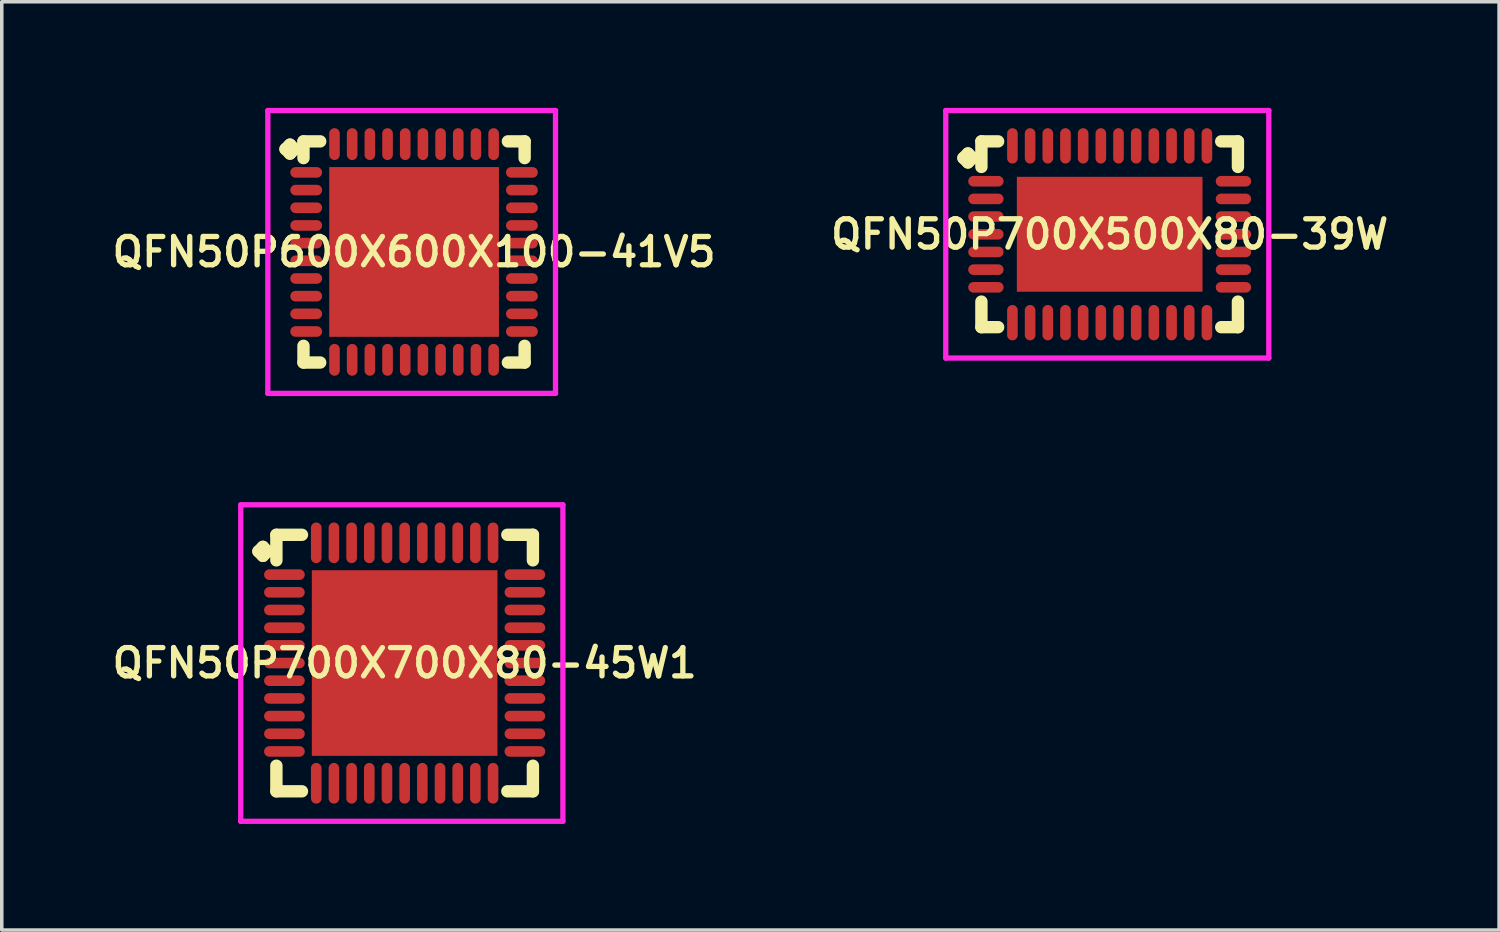
<source format=kicad_pcb>
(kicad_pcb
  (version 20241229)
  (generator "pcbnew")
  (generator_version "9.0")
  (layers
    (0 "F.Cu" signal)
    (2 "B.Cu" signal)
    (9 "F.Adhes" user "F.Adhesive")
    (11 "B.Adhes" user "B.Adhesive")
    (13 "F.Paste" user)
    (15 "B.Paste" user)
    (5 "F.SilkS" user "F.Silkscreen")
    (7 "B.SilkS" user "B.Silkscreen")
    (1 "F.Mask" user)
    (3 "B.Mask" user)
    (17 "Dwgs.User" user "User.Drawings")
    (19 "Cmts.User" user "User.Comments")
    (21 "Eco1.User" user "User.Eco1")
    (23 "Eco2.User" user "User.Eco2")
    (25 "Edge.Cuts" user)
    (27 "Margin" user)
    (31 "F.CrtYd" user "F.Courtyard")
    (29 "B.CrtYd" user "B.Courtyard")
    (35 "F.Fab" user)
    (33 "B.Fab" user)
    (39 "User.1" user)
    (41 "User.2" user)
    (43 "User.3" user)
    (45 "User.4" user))
  (footprint "QFN50P700X500X80-39W"
    (layer "F.Cu")
    (at 28.33 3.575)
    (property "Reference" "QFN50P700X500X80-39W" (at 0 0 0) (layer "F.SilkS") (effects (font (size 0.8 0.8) (thickness 0.15))))
    (attr smd)
    (fp_line (start -4.135 -2.158) (end -4.008 -2.285) (stroke (width 0.35) (type solid)) (layer "F.SilkS"))
    (fp_line (start -4.008 -2.285) (end -3.881 -2.158) (stroke (width 0.35) (type solid)) (layer "F.SilkS"))
    (fp_line (start -4.008 -2.031) (end -4.135 -2.158) (stroke (width 0.35) (type solid)) (layer "F.SilkS"))
    (fp_line (start -3.881 -2.158) (end -4.008 -2.031) (stroke (width 0.35) (type solid)) (layer "F.SilkS"))
    (fp_line (start -3.627 -2.627) (end -3.154 -2.627) (stroke (width 0.35) (type solid)) (layer "F.SilkS"))
    (fp_line (start -3.627 -1.904) (end -3.627 -2.627) (stroke (width 0.35) (type solid)) (layer "F.SilkS"))
    (fp_line (start -3.627 1.904) (end -3.627 2.627) (stroke (width 0.35) (type solid)) (layer "F.SilkS"))
    (fp_line (start -3.627 2.627) (end -3.154 2.627) (stroke (width 0.35) (type solid)) (layer "F.SilkS"))
    (fp_line (start 3.154 -2.627) (end 3.627 -2.627) (stroke (width 0.35) (type solid)) (layer "F.SilkS"))
    (fp_line (start 3.154 2.627) (end 3.627 2.627) (stroke (width 0.35) (type solid)) (layer "F.SilkS"))
    (fp_line (start 3.627 -2.627) (end 3.627 -1.904) (stroke (width 0.35) (type solid)) (layer "F.SilkS"))
    (fp_line (start 3.627 2.627) (end 3.627 1.904) (stroke (width 0.35) (type solid)) (layer "F.SilkS"))
    (fp_line (start -4.635 -3.5) (end 4.5 -3.5) (stroke (width 0.15) (type solid)) (layer "F.CrtYd"))
    (fp_line (start -4.635 3.5) (end -4.635 -3.5) (stroke (width 0.15) (type solid)) (layer "F.CrtYd"))
    (fp_line (start 4.5 -3.5) (end 4.5 3.5) (stroke (width 0.15) (type solid)) (layer "F.CrtYd"))
    (fp_line (start 4.5 3.5) (end -4.635 3.5) (stroke (width 0.15) (type solid)) (layer "F.CrtYd"))
    (pad "1" smd oval (at -3.5 -1.5) (size 1 0.3) (layers "F.Cu" "F.Mask" "F.Paste"))
    (pad "2" smd oval (at -3.5 -1) (size 1 0.3) (layers "F.Cu" "F.Mask" "F.Paste"))
    (pad "3" smd oval (at -3.5 -0.5) (size 1 0.3) (layers "F.Cu" "F.Mask" "F.Paste"))
    (pad "4" smd oval (at -3.5 0) (size 1 0.3) (layers "F.Cu" "F.Mask" "F.Paste"))
    (pad "5" smd oval (at -3.5 0.5) (size 1 0.3) (layers "F.Cu" "F.Mask" "F.Paste"))
    (pad "6" smd oval (at -3.5 1) (size 1 0.3) (layers "F.Cu" "F.Mask" "F.Paste"))
    (pad "7" smd oval (at -3.5 1.5) (size 1 0.3) (layers "F.Cu" "F.Mask" "F.Paste"))
    (pad "8" smd oval (at -2.75 2.5) (size 0.3 1) (layers "F.Cu" "F.Mask" "F.Paste"))
    (pad "9" smd oval (at -2.25 2.5) (size 0.3 1) (layers "F.Cu" "F.Mask" "F.Paste"))
    (pad "10" smd oval (at -1.75 2.5) (size 0.3 1) (layers "F.Cu" "F.Mask" "F.Paste"))
    (pad "11" smd oval (at -1.25 2.5) (size 0.3 1) (layers "F.Cu" "F.Mask" "F.Paste"))
    (pad "12" smd oval (at -0.75 2.5) (size 0.3 1) (layers "F.Cu" "F.Mask" "F.Paste"))
    (pad "13" smd oval (at -0.25 2.5) (size 0.3 1) (layers "F.Cu" "F.Mask" "F.Paste"))
    (pad "14" smd oval (at 0.25 2.5) (size 0.3 1) (layers "F.Cu" "F.Mask" "F.Paste"))
    (pad "15" smd oval (at 0.75 2.5) (size 0.3 1) (layers "F.Cu" "F.Mask" "F.Paste"))
    (pad "16" smd oval (at 1.25 2.5) (size 0.3 1) (layers "F.Cu" "F.Mask" "F.Paste"))
    (pad "17" smd oval (at 1.75 2.5) (size 0.3 1) (layers "F.Cu" "F.Mask" "F.Paste"))
    (pad "18" smd oval (at 2.25 2.5) (size 0.3 1) (layers "F.Cu" "F.Mask" "F.Paste"))
    (pad "19" smd oval (at 2.75 2.5) (size 0.3 1) (layers "F.Cu" "F.Mask" "F.Paste"))
    (pad "20" smd oval (at 3.5 1.5) (size 1 0.3) (layers "F.Cu" "F.Mask" "F.Paste"))
    (pad "21" smd oval (at 3.5 1) (size 1 0.3) (layers "F.Cu" "F.Mask" "F.Paste"))
    (pad "22" smd oval (at 3.5 0.5) (size 1 0.3) (layers "F.Cu" "F.Mask" "F.Paste"))
    (pad "23" smd oval (at 3.5 0) (size 1 0.3) (layers "F.Cu" "F.Mask" "F.Paste"))
    (pad "24" smd oval (at 3.5 -0.5) (size 1 0.3) (layers "F.Cu" "F.Mask" "F.Paste"))
    (pad "25" smd oval (at 3.5 -1) (size 1 0.3) (layers "F.Cu" "F.Mask" "F.Paste"))
    (pad "26" smd oval (at 3.5 -1.5) (size 1 0.3) (layers "F.Cu" "F.Mask" "F.Paste"))
    (pad "27" smd oval (at 2.75 -2.5) (size 0.3 1) (layers "F.Cu" "F.Mask" "F.Paste"))
    (pad "28" smd oval (at 2.25 -2.5) (size 0.3 1) (layers "F.Cu" "F.Mask" "F.Paste"))
    (pad "29" smd oval (at 1.75 -2.5) (size 0.3 1) (layers "F.Cu" "F.Mask" "F.Paste"))
    (pad "30" smd oval (at 1.25 -2.5) (size 0.3 1) (layers "F.Cu" "F.Mask" "F.Paste"))
    (pad "31" smd oval (at 0.75 -2.5) (size 0.3 1) (layers "F.Cu" "F.Mask" "F.Paste"))
    (pad "32" smd oval (at 0.25 -2.5) (size 0.3 1) (layers "F.Cu" "F.Mask" "F.Paste"))
    (pad "33" smd oval (at -0.25 -2.5) (size 0.3 1) (layers "F.Cu" "F.Mask" "F.Paste"))
    (pad "34" smd oval (at -0.75 -2.5) (size 0.3 1) (layers "F.Cu" "F.Mask" "F.Paste"))
    (pad "35" smd oval (at -1.25 -2.5) (size 0.3 1) (layers "F.Cu" "F.Mask" "F.Paste"))
    (pad "36" smd oval (at -1.75 -2.5) (size 0.3 1) (layers "F.Cu" "F.Mask" "F.Paste"))
    (pad "37" smd oval (at -2.25 -2.5) (size 0.3 1) (layers "F.Cu" "F.Mask" "F.Paste"))
    (pad "38" smd oval (at -2.75 -2.5) (size 0.3 1) (layers "F.Cu" "F.Mask" "F.Paste"))
    (pad "39" smd rect (at 0 0) (size 5.25 3.25) (layers "F.Cu" "F.Mask" "F.Paste")))
  (footprint "QFN50P700X700X80-45W1"
    (layer "F.Cu")
    (at 8.393 15.7)
    (property "Reference" "QFN50P700X700X80-45W1" (at 0 0 0) (layer "F.SilkS") (effects (font (size 0.8 0.8) (thickness 0.15))))
    (attr through_hole)
    (fp_line (start -4.135 -3.158) (end -4.008 -3.285) (stroke (width 0.35) (type solid)) (layer "F.SilkS"))
    (fp_line (start -4.008 -3.285) (end -3.881 -3.158) (stroke (width 0.35) (type solid)) (layer "F.SilkS"))
    (fp_line (start -4.008 -3.031) (end -4.135 -3.158) (stroke (width 0.35) (type solid)) (layer "F.SilkS"))
    (fp_line (start -3.881 -3.158) (end -4.008 -3.031) (stroke (width 0.35) (type solid)) (layer "F.SilkS"))
    (fp_line (start -3.627 -3.627) (end -2.904 -3.627) (stroke (width 0.35) (type solid)) (layer "F.SilkS"))
    (fp_line (start -3.627 -2.904) (end -3.627 -3.627) (stroke (width 0.35) (type solid)) (layer "F.SilkS"))
    (fp_line (start -3.627 2.904) (end -3.627 3.627) (stroke (width 0.35) (type solid)) (layer "F.SilkS"))
    (fp_line (start -3.627 3.627) (end -2.904 3.627) (stroke (width 0.35) (type solid)) (layer "F.SilkS"))
    (fp_line (start 2.904 -3.627) (end 3.627 -3.627) (stroke (width 0.35) (type solid)) (layer "F.SilkS"))
    (fp_line (start 2.904 3.627) (end 3.627 3.627) (stroke (width 0.35) (type solid)) (layer "F.SilkS"))
    (fp_line (start 3.627 -3.627) (end 3.627 -2.904) (stroke (width 0.35) (type solid)) (layer "F.SilkS"))
    (fp_line (start 3.627 3.627) (end 3.627 2.904) (stroke (width 0.35) (type solid)) (layer "F.SilkS"))
    (fp_line (start -4.635 -4.475) (end 4.475 -4.475) (stroke (width 0.15) (type solid)) (layer "F.CrtYd"))
    (fp_line (start -4.635 4.475) (end -4.635 -4.475) (stroke (width 0.15) (type solid)) (layer "F.CrtYd"))
    (fp_line (start 4.475 -4.475) (end 4.475 4.475) (stroke (width 0.15) (type solid)) (layer "F.CrtYd"))
    (fp_line (start 4.475 4.475) (end -4.635 4.475) (stroke (width 0.15) (type solid)) (layer "F.CrtYd"))
    (pad "1" smd oval (at -3.4 -2.5) (size 1.15 0.3) (layers "F.Cu" "F.Mask" "F.Paste"))
    (pad "2" smd oval (at -3.4 -2) (size 1.15 0.3) (layers "F.Cu" "F.Mask" "F.Paste"))
    (pad "3" smd oval (at -3.4 -1.5) (size 1.15 0.3) (layers "F.Cu" "F.Mask" "F.Paste"))
    (pad "4" smd oval (at -3.4 -1) (size 1.15 0.3) (layers "F.Cu" "F.Mask" "F.Paste"))
    (pad "5" smd oval (at -3.4 -0.5) (size 1.15 0.3) (layers "F.Cu" "F.Mask" "F.Paste"))
    (pad "6" smd oval (at -3.4 0) (size 1.15 0.3) (layers "F.Cu" "F.Mask" "F.Paste"))
    (pad "7" smd oval (at -3.4 0.5) (size 1.15 0.3) (layers "F.Cu" "F.Mask" "F.Paste"))
    (pad "8" smd oval (at -3.4 1) (size 1.15 0.3) (layers "F.Cu" "F.Mask" "F.Paste"))
    (pad "9" smd oval (at -3.4 1.5) (size 1.15 0.3) (layers "F.Cu" "F.Mask" "F.Paste"))
    (pad "10" smd oval (at -3.4 2) (size 1.15 0.3) (layers "F.Cu" "F.Mask" "F.Paste"))
    (pad "11" smd oval (at -3.4 2.5) (size 1.15 0.3) (layers "F.Cu" "F.Mask" "F.Paste"))
    (pad "12" smd oval (at -2.5 3.4) (size 0.3 1.15) (layers "F.Cu" "F.Mask" "F.Paste"))
    (pad "13" smd oval (at -2 3.4) (size 0.3 1.15) (layers "F.Cu" "F.Mask" "F.Paste"))
    (pad "14" smd oval (at -1.5 3.4) (size 0.3 1.15) (layers "F.Cu" "F.Mask" "F.Paste"))
    (pad "15" smd oval (at -1 3.4) (size 0.3 1.15) (layers "F.Cu" "F.Mask" "F.Paste"))
    (pad "16" smd oval (at -0.5 3.4) (size 0.3 1.15) (layers "F.Cu" "F.Mask" "F.Paste"))
    (pad "17" smd oval (at 0 3.4) (size 0.3 1.15) (layers "F.Cu" "F.Mask" "F.Paste"))
    (pad "18" smd oval (at 0.5 3.4) (size 0.3 1.15) (layers "F.Cu" "F.Mask" "F.Paste"))
    (pad "19" smd oval (at 1 3.4) (size 0.3 1.15) (layers "F.Cu" "F.Mask" "F.Paste"))
    (pad "20" smd oval (at 1.5 3.4) (size 0.3 1.15) (layers "F.Cu" "F.Mask" "F.Paste"))
    (pad "21" smd oval (at 2 3.4) (size 0.3 1.15) (layers "F.Cu" "F.Mask" "F.Paste"))
    (pad "22" smd oval (at 2.5 3.4) (size 0.3 1.15) (layers "F.Cu" "F.Mask" "F.Paste"))
    (pad "23" smd oval (at 3.4 2.5) (size 1.15 0.3) (layers "F.Cu" "F.Mask" "F.Paste"))
    (pad "24" smd oval (at 3.4 2) (size 1.15 0.3) (layers "F.Cu" "F.Mask" "F.Paste"))
    (pad "25" smd oval (at 3.4 1.5) (size 1.15 0.3) (layers "F.Cu" "F.Mask" "F.Paste"))
    (pad "26" smd oval (at 3.4 1) (size 1.15 0.3) (layers "F.Cu" "F.Mask" "F.Paste"))
    (pad "27" smd oval (at 3.4 0.5) (size 1.15 0.3) (layers "F.Cu" "F.Mask" "F.Paste"))
    (pad "28" smd oval (at 3.4 0) (size 1.15 0.3) (layers "F.Cu" "F.Mask" "F.Paste"))
    (pad "29" smd oval (at 3.4 -0.5) (size 1.15 0.3) (layers "F.Cu" "F.Mask" "F.Paste"))
    (pad "30" smd oval (at 3.4 -1) (size 1.15 0.3) (layers "F.Cu" "F.Mask" "F.Paste"))
    (pad "31" smd oval (at 3.4 -1.5) (size 1.15 0.3) (layers "F.Cu" "F.Mask" "F.Paste"))
    (pad "32" smd oval (at 3.4 -2) (size 1.15 0.3) (layers "F.Cu" "F.Mask" "F.Paste"))
    (pad "33" smd oval (at 3.4 -2.5) (size 1.15 0.3) (layers "F.Cu" "F.Mask" "F.Paste"))
    (pad "34" smd oval (at 2.5 -3.4) (size 0.3 1.15) (layers "F.Cu" "F.Mask" "F.Paste"))
    (pad "35" smd oval (at 2 -3.4) (size 0.3 1.15) (layers "F.Cu" "F.Mask" "F.Paste"))
    (pad "36" smd oval (at 1.5 -3.4) (size 0.3 1.15) (layers "F.Cu" "F.Mask" "F.Paste"))
    (pad "37" smd oval (at 1 -3.4) (size 0.3 1.15) (layers "F.Cu" "F.Mask" "F.Paste"))
    (pad "38" smd oval (at 0.5 -3.4) (size 0.3 1.15) (layers "F.Cu" "F.Mask" "F.Paste"))
    (pad "39" smd oval (at 0 -3.4) (size 0.3 1.15) (layers "F.Cu" "F.Mask" "F.Paste"))
    (pad "40" smd oval (at -0.5 -3.4) (size 0.3 1.15) (layers "F.Cu" "F.Mask" "F.Paste"))
    (pad "41" smd oval (at -1 -3.4) (size 0.3 1.15) (layers "F.Cu" "F.Mask" "F.Paste"))
    (pad "42" smd oval (at -1.5 -3.4) (size 0.3 1.15) (layers "F.Cu" "F.Mask" "F.Paste"))
    (pad "43" smd oval (at -2 -3.4) (size 0.3 1.15) (layers "F.Cu" "F.Mask" "F.Paste"))
    (pad "44" smd oval (at -2.5 -3.4) (size 0.3 1.15) (layers "F.Cu" "F.Mask" "F.Paste"))
    (pad "45" smd rect (at 0 0) (size 5.25 5.25) (layers "F.Cu" "F.Mask" "F.Paste")))
  (footprint "QFN50P600X600X100-41V5"
    (layer "F.Cu")
    (at 8.659 4.075)
    (property "Reference" "QFN50P600X600X100-41V5" (at 0 0 0) (layer "F.SilkS") (effects (font (size 0.8 0.8) (thickness 0.15))))
    (attr smd)
    (fp_line (start -3.635 -2.908) (end -3.508 -3.035) (stroke (width 0.35) (type solid)) (layer "F.SilkS"))
    (fp_line (start -3.508 -3.035) (end -3.381 -2.908) (stroke (width 0.35) (type solid)) (layer "F.SilkS"))
    (fp_line (start -3.508 -2.781) (end -3.635 -2.908) (stroke (width 0.35) (type solid)) (layer "F.SilkS"))
    (fp_line (start -3.381 -2.908) (end -3.508 -2.781) (stroke (width 0.35) (type solid)) (layer "F.SilkS"))
    (fp_line (start -3.127 -3.127) (end -2.654 -3.127) (stroke (width 0.35) (type solid)) (layer "F.SilkS"))
    (fp_line (start -3.127 -2.654) (end -3.127 -3.127) (stroke (width 0.35) (type solid)) (layer "F.SilkS"))
    (fp_line (start -3.127 2.654) (end -3.127 3.127) (stroke (width 0.35) (type solid)) (layer "F.SilkS"))
    (fp_line (start -3.127 3.127) (end -2.654 3.127) (stroke (width 0.35) (type solid)) (layer "F.SilkS"))
    (fp_line (start 2.654 -3.127) (end 3.127 -3.127) (stroke (width 0.35) (type solid)) (layer "F.SilkS"))
    (fp_line (start 2.654 3.127) (end 3.127 3.127) (stroke (width 0.35) (type solid)) (layer "F.SilkS"))
    (fp_line (start 3.127 -3.127) (end 3.127 -2.654) (stroke (width 0.35) (type solid)) (layer "F.SilkS"))
    (fp_line (start 3.127 3.127) (end 3.127 2.654) (stroke (width 0.35) (type solid)) (layer "F.SilkS"))
    (fp_line (start -4.135 -4) (end 4 -4) (stroke (width 0.15) (type solid)) (layer "F.CrtYd"))
    (fp_line (start -4.135 4) (end -4.135 -4) (stroke (width 0.15) (type solid)) (layer "F.CrtYd"))
    (fp_line (start 4 -4) (end 4 4) (stroke (width 0.15) (type solid)) (layer "F.CrtYd"))
    (fp_line (start 4 4) (end -4.135 4) (stroke (width 0.15) (type solid)) (layer "F.CrtYd"))
    (pad "1" smd oval (at -3.05 -2.25) (size 0.9 0.3) (layers "F.Cu" "F.Mask" "F.Paste"))
    (pad "2" smd oval (at -3.05 -1.75) (size 0.9 0.3) (layers "F.Cu" "F.Mask" "F.Paste"))
    (pad "3" smd oval (at -3.05 -1.25) (size 0.9 0.3) (layers "F.Cu" "F.Mask" "F.Paste"))
    (pad "4" smd oval (at -3.05 -0.75) (size 0.9 0.3) (layers "F.Cu" "F.Mask" "F.Paste"))
    (pad "5" smd oval (at -3.05 -0.25) (size 0.9 0.3) (layers "F.Cu" "F.Mask" "F.Paste"))
    (pad "6" smd oval (at -3.05 0.25) (size 0.9 0.3) (layers "F.Cu" "F.Mask" "F.Paste"))
    (pad "7" smd oval (at -3.05 0.75) (size 0.9 0.3) (layers "F.Cu" "F.Mask" "F.Paste"))
    (pad "8" smd oval (at -3.05 1.25) (size 0.9 0.3) (layers "F.Cu" "F.Mask" "F.Paste"))
    (pad "9" smd oval (at -3.05 1.75) (size 0.9 0.3) (layers "F.Cu" "F.Mask" "F.Paste"))
    (pad "10" smd oval (at -3.05 2.25) (size 0.9 0.3) (layers "F.Cu" "F.Mask" "F.Paste"))
    (pad "11" smd oval (at -2.25 3.05) (size 0.3 0.9) (layers "F.Cu" "F.Mask" "F.Paste"))
    (pad "12" smd oval (at -1.75 3.05) (size 0.3 0.9) (layers "F.Cu" "F.Mask" "F.Paste"))
    (pad "13" smd oval (at -1.25 3.05) (size 0.3 0.9) (layers "F.Cu" "F.Mask" "F.Paste"))
    (pad "14" smd oval (at -0.75 3.05) (size 0.3 0.9) (layers "F.Cu" "F.Mask" "F.Paste"))
    (pad "15" smd oval (at -0.25 3.05) (size 0.3 0.9) (layers "F.Cu" "F.Mask" "F.Paste"))
    (pad "16" smd oval (at 0.25 3.05) (size 0.3 0.9) (layers "F.Cu" "F.Mask" "F.Paste"))
    (pad "17" smd oval (at 0.75 3.05) (size 0.3 0.9) (layers "F.Cu" "F.Mask" "F.Paste"))
    (pad "18" smd oval (at 1.25 3.05) (size 0.3 0.9) (layers "F.Cu" "F.Mask" "F.Paste"))
    (pad "19" smd oval (at 1.75 3.05) (size 0.3 0.9) (layers "F.Cu" "F.Mask" "F.Paste"))
    (pad "20" smd oval (at 2.25 3.05) (size 0.3 0.9) (layers "F.Cu" "F.Mask" "F.Paste"))
    (pad "21" smd oval (at 3.05 2.25) (size 0.9 0.3) (layers "F.Cu" "F.Mask" "F.Paste"))
    (pad "22" smd oval (at 3.05 1.75) (size 0.9 0.3) (layers "F.Cu" "F.Mask" "F.Paste"))
    (pad "23" smd oval (at 3.05 1.25) (size 0.9 0.3) (layers "F.Cu" "F.Mask" "F.Paste"))
    (pad "24" smd oval (at 3.05 0.75) (size 0.9 0.3) (layers "F.Cu" "F.Mask" "F.Paste"))
    (pad "25" smd oval (at 3.05 0.25) (size 0.9 0.3) (layers "F.Cu" "F.Mask" "F.Paste"))
    (pad "26" smd oval (at 3.05 -0.25) (size 0.9 0.3) (layers "F.Cu" "F.Mask" "F.Paste"))
    (pad "27" smd oval (at 3.05 -0.75) (size 0.9 0.3) (layers "F.Cu" "F.Mask" "F.Paste"))
    (pad "28" smd oval (at 3.05 -1.25) (size 0.9 0.3) (layers "F.Cu" "F.Mask" "F.Paste"))
    (pad "29" smd oval (at 3.05 -1.75) (size 0.9 0.3) (layers "F.Cu" "F.Mask" "F.Paste"))
    (pad "30" smd oval (at 3.05 -2.25) (size 0.9 0.3) (layers "F.Cu" "F.Mask" "F.Paste"))
    (pad "31" smd oval (at 2.25 -3.05) (size 0.3 0.9) (layers "F.Cu" "F.Mask" "F.Paste"))
    (pad "32" smd oval (at 1.75 -3.05) (size 0.3 0.9) (layers "F.Cu" "F.Mask" "F.Paste"))
    (pad "33" smd oval (at 1.25 -3.05) (size 0.3 0.9) (layers "F.Cu" "F.Mask" "F.Paste"))
    (pad "34" smd oval (at 0.75 -3.05) (size 0.3 0.9) (layers "F.Cu" "F.Mask" "F.Paste"))
    (pad "35" smd oval (at 0.25 -3.05) (size 0.3 0.9) (layers "F.Cu" "F.Mask" "F.Paste"))
    (pad "36" smd oval (at -0.25 -3.05) (size 0.3 0.9) (layers "F.Cu" "F.Mask" "F.Paste"))
    (pad "37" smd oval (at -0.75 -3.05) (size 0.3 0.9) (layers "F.Cu" "F.Mask" "F.Paste"))
    (pad "38" smd oval (at -1.25 -3.05) (size 0.3 0.9) (layers "F.Cu" "F.Mask" "F.Paste"))
    (pad "39" smd oval (at -1.75 -3.05) (size 0.3 0.9) (layers "F.Cu" "F.Mask" "F.Paste"))
    (pad "40" smd oval (at -2.25 -3.05) (size 0.3 0.9) (layers "F.Cu" "F.Mask" "F.Paste"))
    (pad "41" smd rect (at 0 0) (size 4.8 4.8) (layers "F.Cu" "F.Mask" "F.Paste")))
  (gr_rect
    (start -3 -3)
    (end 39.342 23.25)
    (stroke (width 0.1) (type default))
    (fill no)
    (layer "Edge.Cuts")))
</source>
